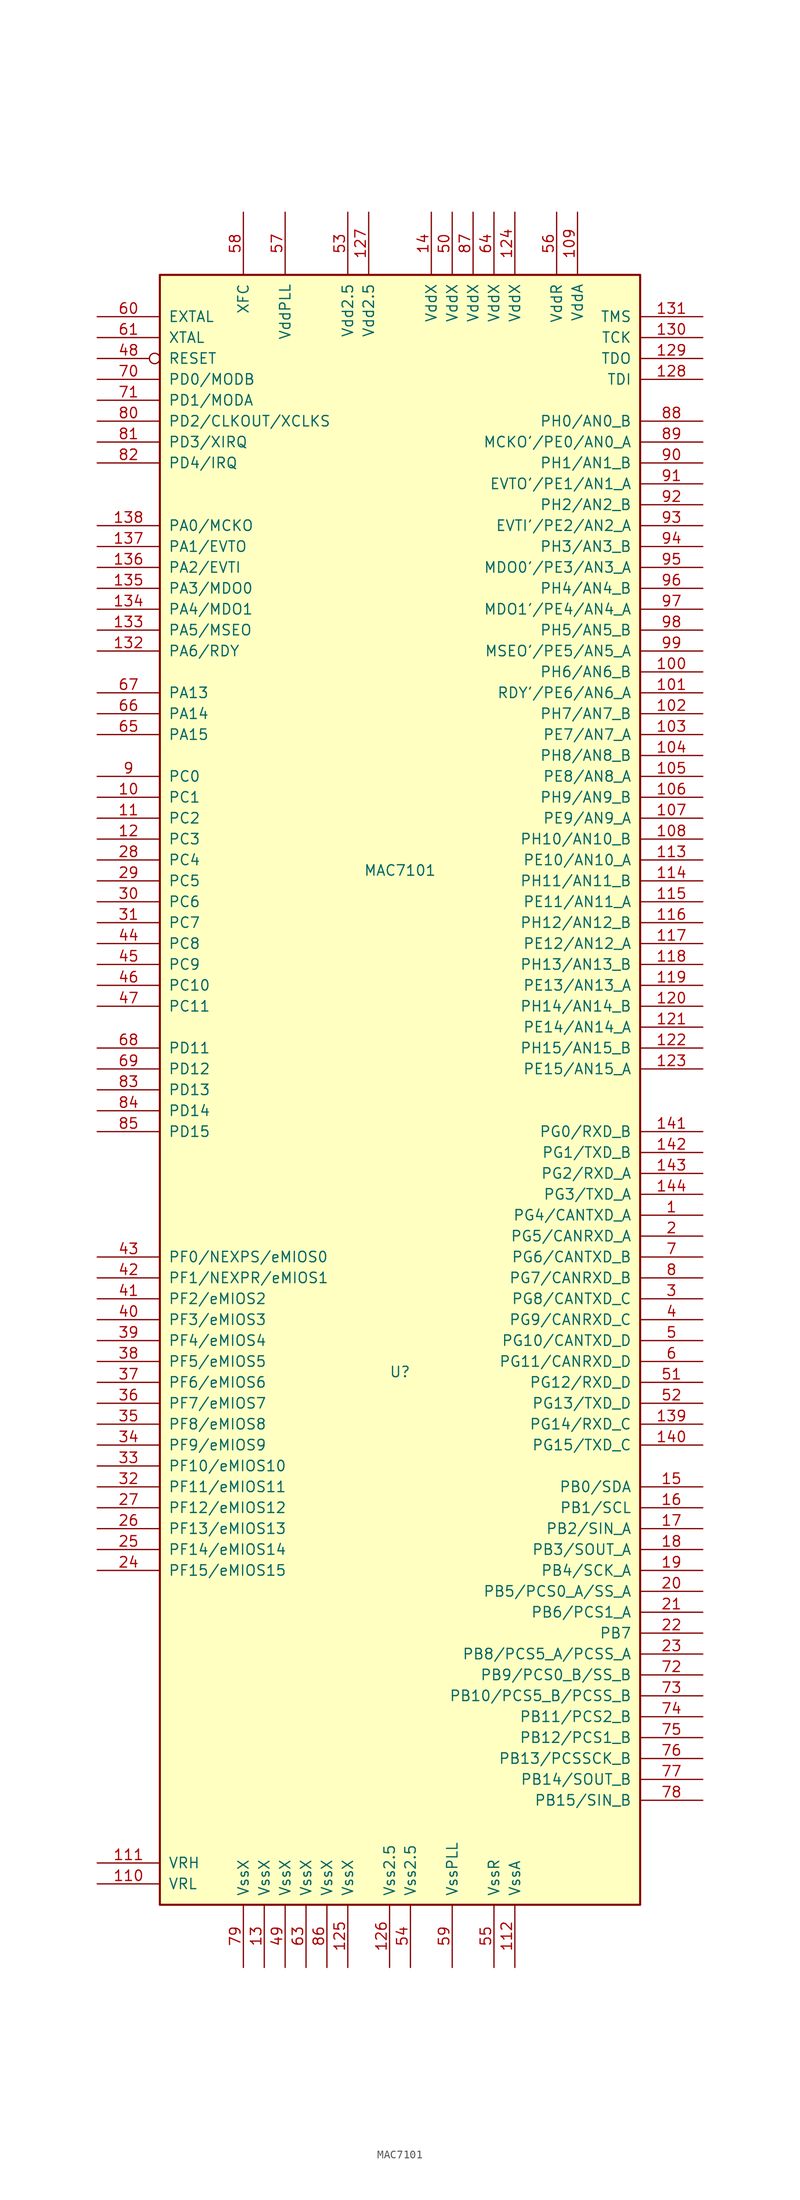
<source format=kicad_sym>
(kicad_symbol_lib
  (version 20211014)
  (generator kicad_symbol_editor)
  (symbol "MAC7101"
    (pin_names
      (offset 1.016))
    (property "Reference" "U"
      (at 1.27 -44.45 0)
      (effects (font (size 1.27 1.27))))
    (property "Value" "MAC7101"
      (at 1.27 16.51 0)
      (effects (font (size 1.27 1.27))))
    (symbol "MAC7101_0_1"
      (rectangle (start 30.48 -109.22) (end -27.94 88.9) (stroke (width 0.254) (type default) (color 0 0 0 0)) (fill (type background))))
    (symbol "MAC7101_1_1"
      (pin bidirectional line (at 38.1 -25.4 180) (length 7.62) (name "PG4/CANTXD_A" (effects (font (size 1.27 1.27)))) (number "1" (effects (font (size 1.27 1.27)))))
      (pin bidirectional line (at -35.56 25.4 0) (length 7.62) (name "PC1" (effects (font (size 1.27 1.27)))) (number "10" (effects (font (size 1.27 1.27)))))
      (pin bidirectional line (at 38.1 40.64 180) (length 7.62) (name "PH6/AN6_B" (effects (font (size 1.27 1.27)))) (number "100" (effects (font (size 1.27 1.27)))))
      (pin bidirectional line (at 38.1 38.1 180) (length 7.62) (name "RDY'/PE6/AN6_A" (effects (font (size 1.27 1.27)))) (number "101" (effects (font (size 1.27 1.27)))))
      (pin bidirectional line (at 38.1 35.56 180) (length 7.62) (name "PH7/AN7_B" (effects (font (size 1.27 1.27)))) (number "102" (effects (font (size 1.27 1.27)))))
      (pin bidirectional line (at 38.1 33.02 180) (length 7.62) (name "PE7/AN7_A" (effects (font (size 1.27 1.27)))) (number "103" (effects (font (size 1.27 1.27)))))
      (pin bidirectional line (at 38.1 30.48 180) (length 7.62) (name "PH8/AN8_B" (effects (font (size 1.27 1.27)))) (number "104" (effects (font (size 1.27 1.27)))))
      (pin bidirectional line (at 38.1 27.94 180) (length 7.62) (name "PE8/AN8_A" (effects (font (size 1.27 1.27)))) (number "105" (effects (font (size 1.27 1.27)))))
      (pin bidirectional line (at 38.1 25.4 180) (length 7.62) (name "PH9/AN9_B" (effects (font (size 1.27 1.27)))) (number "106" (effects (font (size 1.27 1.27)))))
      (pin bidirectional line (at 38.1 22.86 180) (length 7.62) (name "PE9/AN9_A" (effects (font (size 1.27 1.27)))) (number "107" (effects (font (size 1.27 1.27)))))
      (pin bidirectional line (at 38.1 20.32 180) (length 7.62) (name "PH10/AN10_B" (effects (font (size 1.27 1.27)))) (number "108" (effects (font (size 1.27 1.27)))))
      (pin power_in line (at 22.86 96.52 270) (length 7.62) (name "VddA" (effects (font (size 1.27 1.27)))) (number "109" (effects (font (size 1.27 1.27)))))
      (pin bidirectional line (at -35.56 22.86 0) (length 7.62) (name "PC2" (effects (font (size 1.27 1.27)))) (number "11" (effects (font (size 1.27 1.27)))))
      (pin passive line (at -35.56 -106.68 0) (length 7.62) (name "VRL" (effects (font (size 1.27 1.27)))) (number "110" (effects (font (size 1.27 1.27)))))
      (pin passive line (at -35.56 -104.14 0) (length 7.62) (name "VRH" (effects (font (size 1.27 1.27)))) (number "111" (effects (font (size 1.27 1.27)))))
      (pin power_in line (at 15.24 -116.84 90) (length 7.62) (name "VssA" (effects (font (size 1.27 1.27)))) (number "112" (effects (font (size 1.27 1.27)))))
      (pin bidirectional line (at 38.1 17.78 180) (length 7.62) (name "PE10/AN10_A" (effects (font (size 1.27 1.27)))) (number "113" (effects (font (size 1.27 1.27)))))
      (pin bidirectional line (at 38.1 15.24 180) (length 7.62) (name "PH11/AN11_B" (effects (font (size 1.27 1.27)))) (number "114" (effects (font (size 1.27 1.27)))))
      (pin bidirectional line (at 38.1 12.7 180) (length 7.62) (name "PE11/AN11_A" (effects (font (size 1.27 1.27)))) (number "115" (effects (font (size 1.27 1.27)))))
      (pin bidirectional line (at 38.1 10.16 180) (length 7.62) (name "PH12/AN12_B" (effects (font (size 1.27 1.27)))) (number "116" (effects (font (size 1.27 1.27)))))
      (pin bidirectional line (at 38.1 7.62 180) (length 7.62) (name "PE12/AN12_A" (effects (font (size 1.27 1.27)))) (number "117" (effects (font (size 1.27 1.27)))))
      (pin bidirectional line (at 38.1 5.08 180) (length 7.62) (name "PH13/AN13_B" (effects (font (size 1.27 1.27)))) (number "118" (effects (font (size 1.27 1.27)))))
      (pin bidirectional line (at 38.1 2.54 180) (length 7.62) (name "PE13/AN13_A" (effects (font (size 1.27 1.27)))) (number "119" (effects (font (size 1.27 1.27)))))
      (pin bidirectional line (at -35.56 20.32 0) (length 7.62) (name "PC3" (effects (font (size 1.27 1.27)))) (number "12" (effects (font (size 1.27 1.27)))))
      (pin bidirectional line (at 38.1 0 180) (length 7.62) (name "PH14/AN14_B" (effects (font (size 1.27 1.27)))) (number "120" (effects (font (size 1.27 1.27)))))
      (pin bidirectional line (at 38.1 -2.54 180) (length 7.62) (name "PE14/AN14_A" (effects (font (size 1.27 1.27)))) (number "121" (effects (font (size 1.27 1.27)))))
      (pin bidirectional line (at 38.1 -5.08 180) (length 7.62) (name "PH15/AN15_B" (effects (font (size 1.27 1.27)))) (number "122" (effects (font (size 1.27 1.27)))))
      (pin bidirectional line (at 38.1 -7.62 180) (length 7.62) (name "PE15/AN15_A" (effects (font (size 1.27 1.27)))) (number "123" (effects (font (size 1.27 1.27)))))
      (pin power_in line (at 15.24 96.52 270) (length 7.62) (name "VddX" (effects (font (size 1.27 1.27)))) (number "124" (effects (font (size 1.27 1.27)))))
      (pin power_in line (at -5.08 -116.84 90) (length 7.62) (name "VssX" (effects (font (size 1.27 1.27)))) (number "125" (effects (font (size 1.27 1.27)))))
      (pin power_in line (at 0 -116.84 90) (length 7.62) (name "Vss2.5" (effects (font (size 1.27 1.27)))) (number "126" (effects (font (size 1.27 1.27)))))
      (pin power_in line (at -2.54 96.52 270) (length 7.62) (name "Vdd2.5" (effects (font (size 1.27 1.27)))) (number "127" (effects (font (size 1.27 1.27)))))
      (pin input line (at 38.1 76.2 180) (length 7.62) (name "TDI" (effects (font (size 1.27 1.27)))) (number "128" (effects (font (size 1.27 1.27)))))
      (pin output line (at 38.1 78.74 180) (length 7.62) (name "TDO" (effects (font (size 1.27 1.27)))) (number "129" (effects (font (size 1.27 1.27)))))
      (pin power_in line (at -15.24 -116.84 90) (length 7.62) (name "VssX" (effects (font (size 1.27 1.27)))) (number "13" (effects (font (size 1.27 1.27)))))
      (pin input line (at 38.1 81.28 180) (length 7.62) (name "TCK" (effects (font (size 1.27 1.27)))) (number "130" (effects (font (size 1.27 1.27)))))
      (pin input line (at 38.1 83.82 180) (length 7.62) (name "TMS" (effects (font (size 1.27 1.27)))) (number "131" (effects (font (size 1.27 1.27)))))
      (pin bidirectional line (at -35.56 43.18 0) (length 7.62) (name "PA6/RDY" (effects (font (size 1.27 1.27)))) (number "132" (effects (font (size 1.27 1.27)))))
      (pin bidirectional line (at -35.56 45.72 0) (length 7.62) (name "PA5/MSEO" (effects (font (size 1.27 1.27)))) (number "133" (effects (font (size 1.27 1.27)))))
      (pin bidirectional line (at -35.56 48.26 0) (length 7.62) (name "PA4/MDO1" (effects (font (size 1.27 1.27)))) (number "134" (effects (font (size 1.27 1.27)))))
      (pin bidirectional line (at -35.56 50.8 0) (length 7.62) (name "PA3/MDO0" (effects (font (size 1.27 1.27)))) (number "135" (effects (font (size 1.27 1.27)))))
      (pin bidirectional line (at -35.56 53.34 0) (length 7.62) (name "PA2/EVTI" (effects (font (size 1.27 1.27)))) (number "136" (effects (font (size 1.27 1.27)))))
      (pin bidirectional line (at -35.56 55.88 0) (length 7.62) (name "PA1/EVTO" (effects (font (size 1.27 1.27)))) (number "137" (effects (font (size 1.27 1.27)))))
      (pin bidirectional line (at -35.56 58.42 0) (length 7.62) (name "PA0/MCKO" (effects (font (size 1.27 1.27)))) (number "138" (effects (font (size 1.27 1.27)))))
      (pin bidirectional line (at 38.1 -50.8 180) (length 7.62) (name "PG14/RXD_C" (effects (font (size 1.27 1.27)))) (number "139" (effects (font (size 1.27 1.27)))))
      (pin power_in line (at 5.08 96.52 270) (length 7.62) (name "VddX" (effects (font (size 1.27 1.27)))) (number "14" (effects (font (size 1.27 1.27)))))
      (pin bidirectional line (at 38.1 -53.34 180) (length 7.62) (name "PG15/TXD_C" (effects (font (size 1.27 1.27)))) (number "140" (effects (font (size 1.27 1.27)))))
      (pin bidirectional line (at 38.1 -15.24 180) (length 7.62) (name "PG0/RXD_B" (effects (font (size 1.27 1.27)))) (number "141" (effects (font (size 1.27 1.27)))))
      (pin bidirectional line (at 38.1 -17.78 180) (length 7.62) (name "PG1/TXD_B" (effects (font (size 1.27 1.27)))) (number "142" (effects (font (size 1.27 1.27)))))
      (pin bidirectional line (at 38.1 -20.32 180) (length 7.62) (name "PG2/RXD_A" (effects (font (size 1.27 1.27)))) (number "143" (effects (font (size 1.27 1.27)))))
      (pin bidirectional line (at 38.1 -22.86 180) (length 7.62) (name "PG3/TXD_A" (effects (font (size 1.27 1.27)))) (number "144" (effects (font (size 1.27 1.27)))))
      (pin bidirectional line (at 38.1 -58.42 180) (length 7.62) (name "PB0/SDA" (effects (font (size 1.27 1.27)))) (number "15" (effects (font (size 1.27 1.27)))))
      (pin bidirectional line (at 38.1 -60.96 180) (length 7.62) (name "PB1/SCL" (effects (font (size 1.27 1.27)))) (number "16" (effects (font (size 1.27 1.27)))))
      (pin bidirectional line (at 38.1 -63.5 180) (length 7.62) (name "PB2/SIN_A" (effects (font (size 1.27 1.27)))) (number "17" (effects (font (size 1.27 1.27)))))
      (pin bidirectional line (at 38.1 -66.04 180) (length 7.62) (name "PB3/SOUT_A" (effects (font (size 1.27 1.27)))) (number "18" (effects (font (size 1.27 1.27)))))
      (pin bidirectional line (at 38.1 -68.58 180) (length 7.62) (name "PB4/SCK_A" (effects (font (size 1.27 1.27)))) (number "19" (effects (font (size 1.27 1.27)))))
      (pin bidirectional line (at 38.1 -27.94 180) (length 7.62) (name "PG5/CANRXD_A" (effects (font (size 1.27 1.27)))) (number "2" (effects (font (size 1.27 1.27)))))
      (pin bidirectional line (at 38.1 -71.12 180) (length 7.62) (name "PB5/PCS0_A/SS_A" (effects (font (size 1.27 1.27)))) (number "20" (effects (font (size 1.27 1.27)))))
      (pin bidirectional line (at 38.1 -73.66 180) (length 7.62) (name "PB6/PCS1_A" (effects (font (size 1.27 1.27)))) (number "21" (effects (font (size 1.27 1.27)))))
      (pin bidirectional line (at 38.1 -76.2 180) (length 7.62) (name "PB7" (effects (font (size 1.27 1.27)))) (number "22" (effects (font (size 1.27 1.27)))))
      (pin bidirectional line (at 38.1 -78.74 180) (length 7.62) (name "PB8/PCS5_A/PCSS_A" (effects (font (size 1.27 1.27)))) (number "23" (effects (font (size 1.27 1.27)))))
      (pin bidirectional line (at -35.56 -68.58 0) (length 7.62) (name "PF15/eMIOS15" (effects (font (size 1.27 1.27)))) (number "24" (effects (font (size 1.27 1.27)))))
      (pin bidirectional line (at -35.56 -66.04 0) (length 7.62) (name "PF14/eMIOS14" (effects (font (size 1.27 1.27)))) (number "25" (effects (font (size 1.27 1.27)))))
      (pin bidirectional line (at -35.56 -63.5 0) (length 7.62) (name "PF13/eMIOS13" (effects (font (size 1.27 1.27)))) (number "26" (effects (font (size 1.27 1.27)))))
      (pin bidirectional line (at -35.56 -60.96 0) (length 7.62) (name "PF12/eMIOS12" (effects (font (size 1.27 1.27)))) (number "27" (effects (font (size 1.27 1.27)))))
      (pin bidirectional line (at -35.56 17.78 0) (length 7.62) (name "PC4" (effects (font (size 1.27 1.27)))) (number "28" (effects (font (size 1.27 1.27)))))
      (pin bidirectional line (at -35.56 15.24 0) (length 7.62) (name "PC5" (effects (font (size 1.27 1.27)))) (number "29" (effects (font (size 1.27 1.27)))))
      (pin bidirectional line (at 38.1 -35.56 180) (length 7.62) (name "PG8/CANTXD_C" (effects (font (size 1.27 1.27)))) (number "3" (effects (font (size 1.27 1.27)))))
      (pin bidirectional line (at -35.56 12.7 0) (length 7.62) (name "PC6" (effects (font (size 1.27 1.27)))) (number "30" (effects (font (size 1.27 1.27)))))
      (pin bidirectional line (at -35.56 10.16 0) (length 7.62) (name "PC7" (effects (font (size 1.27 1.27)))) (number "31" (effects (font (size 1.27 1.27)))))
      (pin bidirectional line (at -35.56 -58.42 0) (length 7.62) (name "PF11/eMIOS11" (effects (font (size 1.27 1.27)))) (number "32" (effects (font (size 1.27 1.27)))))
      (pin bidirectional line (at -35.56 -55.88 0) (length 7.62) (name "PF10/eMIOS10" (effects (font (size 1.27 1.27)))) (number "33" (effects (font (size 1.27 1.27)))))
      (pin bidirectional line (at -35.56 -53.34 0) (length 7.62) (name "PF9/eMIOS9" (effects (font (size 1.27 1.27)))) (number "34" (effects (font (size 1.27 1.27)))))
      (pin bidirectional line (at -35.56 -50.8 0) (length 7.62) (name "PF8/eMIOS8" (effects (font (size 1.27 1.27)))) (number "35" (effects (font (size 1.27 1.27)))))
      (pin bidirectional line (at -35.56 -48.26 0) (length 7.62) (name "PF7/eMIOS7" (effects (font (size 1.27 1.27)))) (number "36" (effects (font (size 1.27 1.27)))))
      (pin bidirectional line (at -35.56 -45.72 0) (length 7.62) (name "PF6/eMIOS6" (effects (font (size 1.27 1.27)))) (number "37" (effects (font (size 1.27 1.27)))))
      (pin bidirectional line (at -35.56 -43.18 0) (length 7.62) (name "PF5/eMIOS5" (effects (font (size 1.27 1.27)))) (number "38" (effects (font (size 1.27 1.27)))))
      (pin bidirectional line (at -35.56 -40.64 0) (length 7.62) (name "PF4/eMIOS4" (effects (font (size 1.27 1.27)))) (number "39" (effects (font (size 1.27 1.27)))))
      (pin bidirectional line (at 38.1 -38.1 180) (length 7.62) (name "PG9/CANRXD_C" (effects (font (size 1.27 1.27)))) (number "4" (effects (font (size 1.27 1.27)))))
      (pin bidirectional line (at -35.56 -38.1 0) (length 7.62) (name "PF3/eMIOS3" (effects (font (size 1.27 1.27)))) (number "40" (effects (font (size 1.27 1.27)))))
      (pin bidirectional line (at -35.56 -35.56 0) (length 7.62) (name "PF2/eMIOS2" (effects (font (size 1.27 1.27)))) (number "41" (effects (font (size 1.27 1.27)))))
      (pin bidirectional line (at -35.56 -33.02 0) (length 7.62) (name "PF1/NEXPR/eMIOS1" (effects (font (size 1.27 1.27)))) (number "42" (effects (font (size 1.27 1.27)))))
      (pin bidirectional line (at -35.56 -30.48 0) (length 7.62) (name "PF0/NEXPS/eMIOS0" (effects (font (size 1.27 1.27)))) (number "43" (effects (font (size 1.27 1.27)))))
      (pin bidirectional line (at -35.56 7.62 0) (length 7.62) (name "PC8" (effects (font (size 1.27 1.27)))) (number "44" (effects (font (size 1.27 1.27)))))
      (pin bidirectional line (at -35.56 5.08 0) (length 7.62) (name "PC9" (effects (font (size 1.27 1.27)))) (number "45" (effects (font (size 1.27 1.27)))))
      (pin bidirectional line (at -35.56 2.54 0) (length 7.62) (name "PC10" (effects (font (size 1.27 1.27)))) (number "46" (effects (font (size 1.27 1.27)))))
      (pin bidirectional line (at -35.56 0 0) (length 7.62) (name "PC11" (effects (font (size 1.27 1.27)))) (number "47" (effects (font (size 1.27 1.27)))))
      (pin bidirectional inverted (at -35.56 78.74 0) (length 7.62) (name "RESET" (effects (font (size 1.27 1.27)))) (number "48" (effects (font (size 1.27 1.27)))))
      (pin power_in line (at -12.7 -116.84 90) (length 7.62) (name "VssX" (effects (font (size 1.27 1.27)))) (number "49" (effects (font (size 1.27 1.27)))))
      (pin bidirectional line (at 38.1 -40.64 180) (length 7.62) (name "PG10/CANTXD_D" (effects (font (size 1.27 1.27)))) (number "5" (effects (font (size 1.27 1.27)))))
      (pin power_in line (at 7.62 96.52 270) (length 7.62) (name "VddX" (effects (font (size 1.27 1.27)))) (number "50" (effects (font (size 1.27 1.27)))))
      (pin bidirectional line (at 38.1 -45.72 180) (length 7.62) (name "PG12/RXD_D" (effects (font (size 1.27 1.27)))) (number "51" (effects (font (size 1.27 1.27)))))
      (pin bidirectional line (at 38.1 -48.26 180) (length 7.62) (name "PG13/TXD_D" (effects (font (size 1.27 1.27)))) (number "52" (effects (font (size 1.27 1.27)))))
      (pin passive line (at -5.08 96.52 270) (length 7.62) (name "Vdd2.5" (effects (font (size 1.27 1.27)))) (number "53" (effects (font (size 1.27 1.27)))))
      (pin passive line (at 2.54 -116.84 90) (length 7.62) (name "Vss2.5" (effects (font (size 1.27 1.27)))) (number "54" (effects (font (size 1.27 1.27)))))
      (pin power_in line (at 12.7 -116.84 90) (length 7.62) (name "VssR" (effects (font (size 1.27 1.27)))) (number "55" (effects (font (size 1.27 1.27)))))
      (pin power_in line (at 20.32 96.52 270) (length 7.62) (name "VddR" (effects (font (size 1.27 1.27)))) (number "56" (effects (font (size 1.27 1.27)))))
      (pin passive line (at -12.7 96.52 270) (length 7.62) (name "VddPLL" (effects (font (size 1.27 1.27)))) (number "57" (effects (font (size 1.27 1.27)))))
      (pin bidirectional line (at -17.78 96.52 270) (length 7.62) (name "XFC" (effects (font (size 1.27 1.27)))) (number "58" (effects (font (size 1.27 1.27)))))
      (pin passive line (at 7.62 -116.84 90) (length 7.62) (name "VssPLL" (effects (font (size 1.27 1.27)))) (number "59" (effects (font (size 1.27 1.27)))))
      (pin bidirectional line (at 38.1 -43.18 180) (length 7.62) (name "PG11/CANRXD_D" (effects (font (size 1.27 1.27)))) (number "6" (effects (font (size 1.27 1.27)))))
      (pin input line (at -35.56 83.82 0) (length 7.62) (name "EXTAL" (effects (font (size 1.27 1.27)))) (number "60" (effects (font (size 1.27 1.27)))))
      (pin output line (at -35.56 81.28 0) (length 7.62) (name "XTAL" (effects (font (size 1.27 1.27)))) (number "61" (effects (font (size 1.27 1.27)))))
      (pin power_in line (at -10.16 -116.84 90) (length 7.62) (name "VssX" (effects (font (size 1.27 1.27)))) (number "63" (effects (font (size 1.27 1.27)))))
      (pin power_in line (at 12.7 96.52 270) (length 7.62) (name "VddX" (effects (font (size 1.27 1.27)))) (number "64" (effects (font (size 1.27 1.27)))))
      (pin bidirectional line (at -35.56 33.02 0) (length 7.62) (name "PA15" (effects (font (size 1.27 1.27)))) (number "65" (effects (font (size 1.27 1.27)))))
      (pin bidirectional line (at -35.56 35.56 0) (length 7.62) (name "PA14" (effects (font (size 1.27 1.27)))) (number "66" (effects (font (size 1.27 1.27)))))
      (pin bidirectional line (at -35.56 38.1 0) (length 7.62) (name "PA13" (effects (font (size 1.27 1.27)))) (number "67" (effects (font (size 1.27 1.27)))))
      (pin bidirectional line (at -35.56 -5.08 0) (length 7.62) (name "PD11" (effects (font (size 1.27 1.27)))) (number "68" (effects (font (size 1.27 1.27)))))
      (pin bidirectional line (at -35.56 -7.62 0) (length 7.62) (name "PD12" (effects (font (size 1.27 1.27)))) (number "69" (effects (font (size 1.27 1.27)))))
      (pin bidirectional line (at 38.1 -30.48 180) (length 7.62) (name "PG6/CANTXD_B" (effects (font (size 1.27 1.27)))) (number "7" (effects (font (size 1.27 1.27)))))
      (pin bidirectional line (at -35.56 76.2 0) (length 7.62) (name "PD0/MODB" (effects (font (size 1.27 1.27)))) (number "70" (effects (font (size 1.27 1.27)))))
      (pin bidirectional line (at -35.56 73.66 0) (length 7.62) (name "PD1/MODA" (effects (font (size 1.27 1.27)))) (number "71" (effects (font (size 1.27 1.27)))))
      (pin bidirectional line (at 38.1 -81.28 180) (length 7.62) (name "PB9/PCS0_B/SS_B" (effects (font (size 1.27 1.27)))) (number "72" (effects (font (size 1.27 1.27)))))
      (pin bidirectional line (at 38.1 -83.82 180) (length 7.62) (name "PB10/PCS5_B/PCSS_B" (effects (font (size 1.27 1.27)))) (number "73" (effects (font (size 1.27 1.27)))))
      (pin bidirectional line (at 38.1 -86.36 180) (length 7.62) (name "PB11/PCS2_B" (effects (font (size 1.27 1.27)))) (number "74" (effects (font (size 1.27 1.27)))))
      (pin bidirectional line (at 38.1 -88.9 180) (length 7.62) (name "PB12/PCS1_B" (effects (font (size 1.27 1.27)))) (number "75" (effects (font (size 1.27 1.27)))))
      (pin bidirectional line (at 38.1 -91.44 180) (length 7.62) (name "PB13/PCSSCK_B" (effects (font (size 1.27 1.27)))) (number "76" (effects (font (size 1.27 1.27)))))
      (pin bidirectional line (at 38.1 -93.98 180) (length 7.62) (name "PB14/SOUT_B" (effects (font (size 1.27 1.27)))) (number "77" (effects (font (size 1.27 1.27)))))
      (pin bidirectional line (at 38.1 -96.52 180) (length 7.62) (name "PB15/SIN_B" (effects (font (size 1.27 1.27)))) (number "78" (effects (font (size 1.27 1.27)))))
      (pin power_in line (at -17.78 -116.84 90) (length 7.62) (name "VssX" (effects (font (size 1.27 1.27)))) (number "79" (effects (font (size 1.27 1.27)))))
      (pin bidirectional line (at 38.1 -33.02 180) (length 7.62) (name "PG7/CANRXD_B" (effects (font (size 1.27 1.27)))) (number "8" (effects (font (size 1.27 1.27)))))
      (pin bidirectional line (at -35.56 71.12 0) (length 7.62) (name "PD2/CLKOUT/XCLKS" (effects (font (size 1.27 1.27)))) (number "80" (effects (font (size 1.27 1.27)))))
      (pin bidirectional line (at -35.56 68.58 0) (length 7.62) (name "PD3/XIRQ" (effects (font (size 1.27 1.27)))) (number "81" (effects (font (size 1.27 1.27)))))
      (pin bidirectional line (at -35.56 66.04 0) (length 7.62) (name "PD4/IRQ" (effects (font (size 1.27 1.27)))) (number "82" (effects (font (size 1.27 1.27)))))
      (pin bidirectional line (at -35.56 -10.16 0) (length 7.62) (name "PD13" (effects (font (size 1.27 1.27)))) (number "83" (effects (font (size 1.27 1.27)))))
      (pin bidirectional line (at -35.56 -12.7 0) (length 7.62) (name "PD14" (effects (font (size 1.27 1.27)))) (number "84" (effects (font (size 1.27 1.27)))))
      (pin bidirectional line (at -35.56 -15.24 0) (length 7.62) (name "PD15" (effects (font (size 1.27 1.27)))) (number "85" (effects (font (size 1.27 1.27)))))
      (pin power_in line (at -7.62 -116.84 90) (length 7.62) (name "VssX" (effects (font (size 1.27 1.27)))) (number "86" (effects (font (size 1.27 1.27)))))
      (pin power_in line (at 10.16 96.52 270) (length 7.62) (name "VddX" (effects (font (size 1.27 1.27)))) (number "87" (effects (font (size 1.27 1.27)))))
      (pin bidirectional line (at 38.1 71.12 180) (length 7.62) (name "PH0/AN0_B" (effects (font (size 1.27 1.27)))) (number "88" (effects (font (size 1.27 1.27)))))
      (pin bidirectional line (at 38.1 68.58 180) (length 7.62) (name "MCKO'/PE0/AN0_A" (effects (font (size 1.27 1.27)))) (number "89" (effects (font (size 1.27 1.27)))))
      (pin bidirectional line (at -35.56 27.94 0) (length 7.62) (name "PC0" (effects (font (size 1.27 1.27)))) (number "9" (effects (font (size 1.27 1.27)))))
      (pin bidirectional line (at 38.1 66.04 180) (length 7.62) (name "PH1/AN1_B" (effects (font (size 1.27 1.27)))) (number "90" (effects (font (size 1.27 1.27)))))
      (pin bidirectional line (at 38.1 63.5 180) (length 7.62) (name "EVTO'/PE1/AN1_A" (effects (font (size 1.27 1.27)))) (number "91" (effects (font (size 1.27 1.27)))))
      (pin bidirectional line (at 38.1 60.96 180) (length 7.62) (name "PH2/AN2_B" (effects (font (size 1.27 1.27)))) (number "92" (effects (font (size 1.27 1.27)))))
      (pin bidirectional line (at 38.1 58.42 180) (length 7.62) (name "EVTI'/PE2/AN2_A" (effects (font (size 1.27 1.27)))) (number "93" (effects (font (size 1.27 1.27)))))
      (pin bidirectional line (at 38.1 55.88 180) (length 7.62) (name "PH3/AN3_B" (effects (font (size 1.27 1.27)))) (number "94" (effects (font (size 1.27 1.27)))))
      (pin bidirectional line (at 38.1 53.34 180) (length 7.62) (name "MDO0'/PE3/AN3_A" (effects (font (size 1.27 1.27)))) (number "95" (effects (font (size 1.27 1.27)))))
      (pin bidirectional line (at 38.1 50.8 180) (length 7.62) (name "PH4/AN4_B" (effects (font (size 1.27 1.27)))) (number "96" (effects (font (size 1.27 1.27)))))
      (pin bidirectional line (at 38.1 48.26 180) (length 7.62) (name "MDO1'/PE4/AN4_A" (effects (font (size 1.27 1.27)))) (number "97" (effects (font (size 1.27 1.27)))))
      (pin bidirectional line (at 38.1 45.72 180) (length 7.62) (name "PH5/AN5_B" (effects (font (size 1.27 1.27)))) (number "98" (effects (font (size 1.27 1.27)))))
      (pin bidirectional line (at 38.1 43.18 180) (length 7.62) (name "MSEO'/PE5/AN5_A" (effects (font (size 1.27 1.27)))) (number "99" (effects (font (size 1.27 1.27))))))))
</source>
